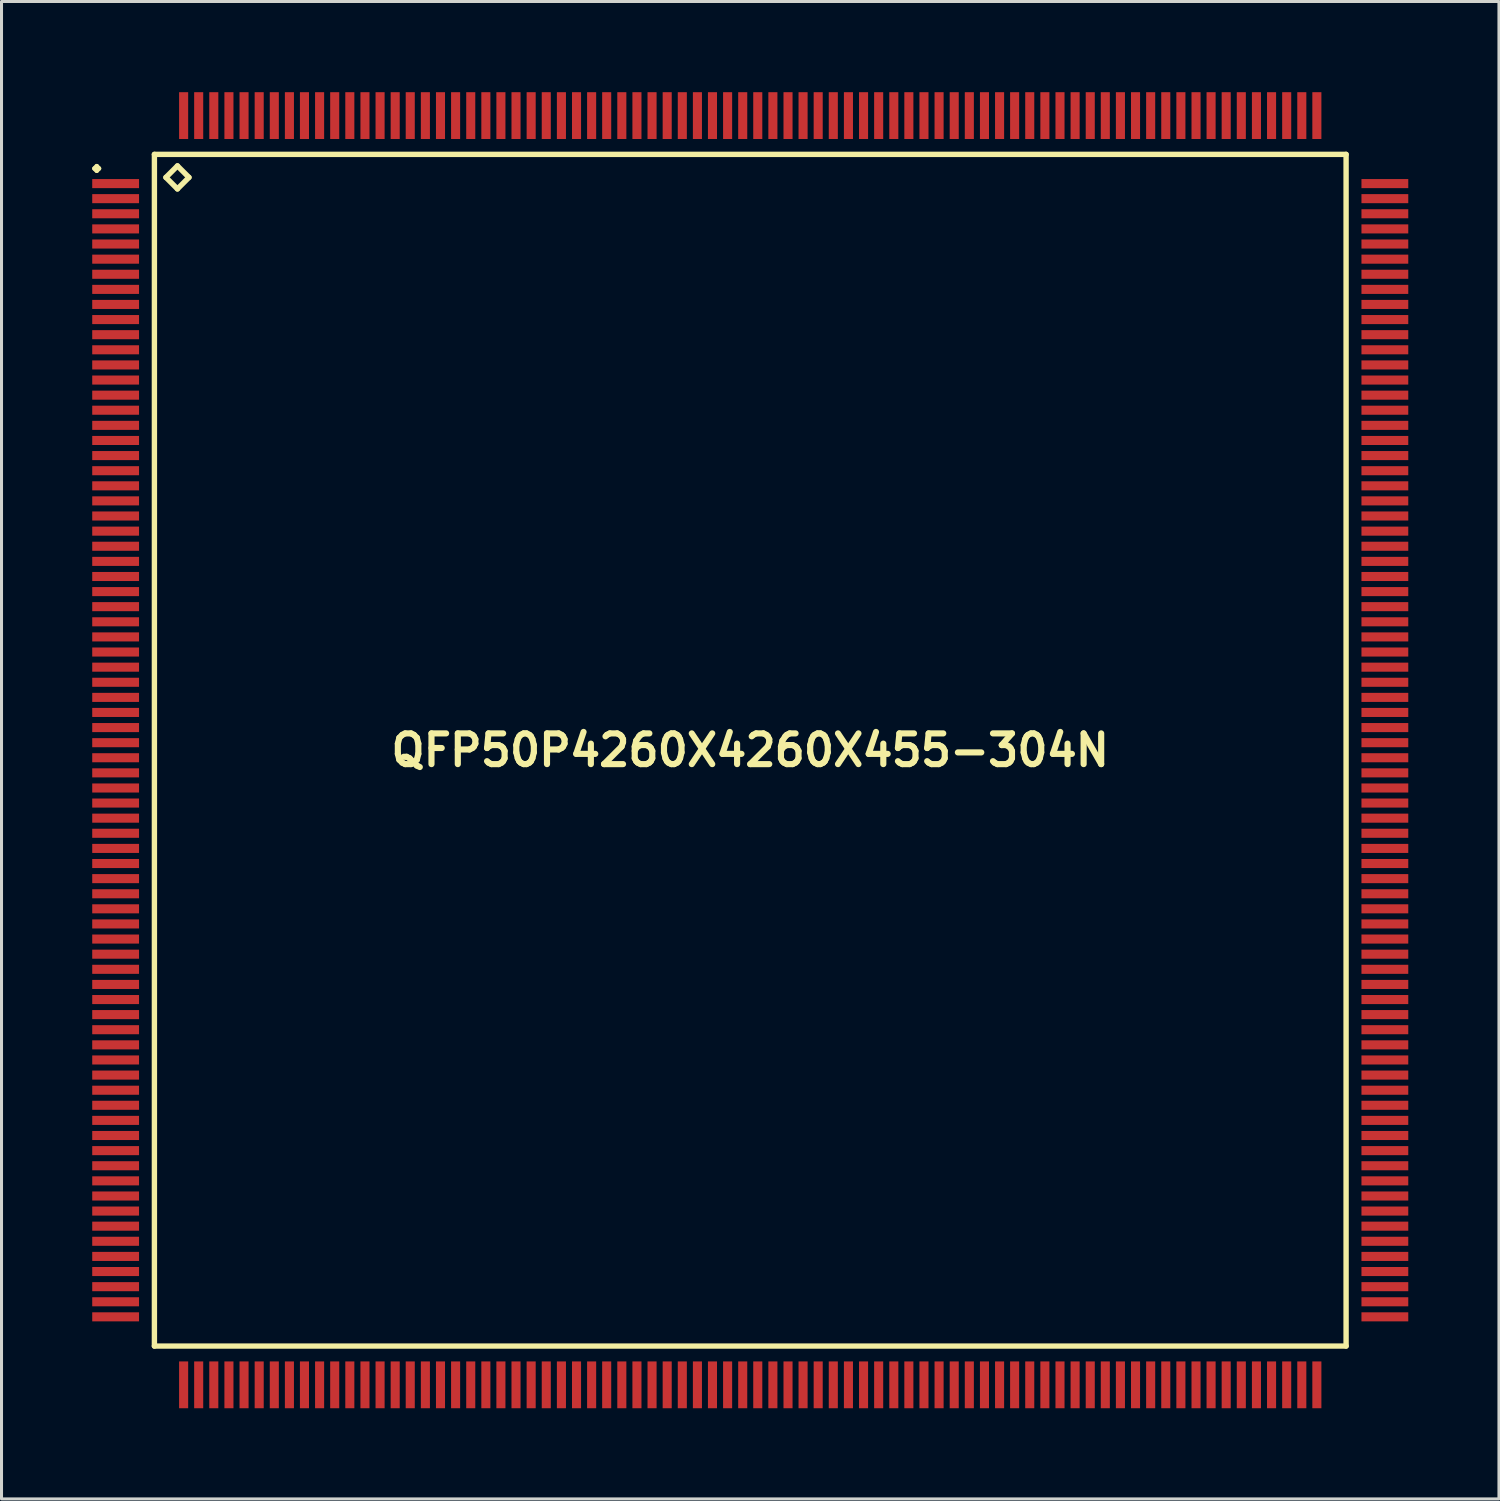
<source format=kicad_pcb>
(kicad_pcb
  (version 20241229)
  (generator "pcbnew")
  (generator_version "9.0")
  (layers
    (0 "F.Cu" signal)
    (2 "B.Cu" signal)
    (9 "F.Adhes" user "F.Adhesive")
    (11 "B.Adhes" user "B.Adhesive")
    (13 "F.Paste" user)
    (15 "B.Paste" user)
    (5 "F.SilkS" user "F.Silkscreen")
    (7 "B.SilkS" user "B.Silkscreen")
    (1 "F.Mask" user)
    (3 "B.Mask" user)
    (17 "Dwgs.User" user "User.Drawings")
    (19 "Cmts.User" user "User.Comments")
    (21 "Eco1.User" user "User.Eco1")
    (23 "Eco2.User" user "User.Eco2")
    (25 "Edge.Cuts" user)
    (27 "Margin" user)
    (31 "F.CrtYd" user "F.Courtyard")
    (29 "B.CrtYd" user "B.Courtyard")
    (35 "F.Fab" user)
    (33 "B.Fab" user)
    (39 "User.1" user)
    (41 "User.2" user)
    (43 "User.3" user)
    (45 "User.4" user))
  (footprint "QFP50P4260X4260X455-304N"
    (layer "F.Cu")
    (at 21.774 21.773)
    (property "Reference" "QFP50P4260X4260X455-304N" (at 0 0 0) (layer "F.SilkS") (effects (font (size 1.016 1.016) (thickness 0.203))))
    (attr smd)
    (fp_line (start -21.699 -19.248) (end -21.623 -19.324) (stroke (width 0.15) (type solid)) (layer "F.SilkS"))
    (fp_line (start -21.623 -19.324) (end -21.549 -19.248) (stroke (width 0.15) (type solid)) (layer "F.SilkS"))
    (fp_line (start -21.623 -19.174) (end -21.699 -19.248) (stroke (width 0.15) (type solid)) (layer "F.SilkS"))
    (fp_line (start -21.549 -19.248) (end -21.623 -19.174) (stroke (width 0.15) (type solid)) (layer "F.SilkS"))
    (fp_line (start -19.715 -19.715) (end -19.715 19.715) (stroke (width 0.178) (type solid)) (layer "F.SilkS"))
    (fp_line (start -19.715 19.715) (end 19.715 19.715) (stroke (width 0.178) (type solid)) (layer "F.SilkS"))
    (fp_line (start -19.334 -18.953) (end -18.953 -19.334) (stroke (width 0.178) (type solid)) (layer "F.SilkS"))
    (fp_line (start -18.953 -19.334) (end -18.572 -18.953) (stroke (width 0.178) (type solid)) (layer "F.SilkS"))
    (fp_line (start -18.953 -18.572) (end -19.334 -18.953) (stroke (width 0.178) (type solid)) (layer "F.SilkS"))
    (fp_line (start -18.572 -18.953) (end -18.953 -18.572) (stroke (width 0.178) (type solid)) (layer "F.SilkS"))
    (fp_line (start 19.715 -19.715) (end -19.715 -19.715) (stroke (width 0.178) (type solid)) (layer "F.SilkS"))
    (fp_line (start 19.715 19.715) (end 19.715 -19.715) (stroke (width 0.178) (type solid)) (layer "F.SilkS"))
    (pad "1" smd rect (at -20.998 -18.748) (size 1.549 0.3) (layers "F.Cu" "F.Mask" "F.Paste"))
    (pad "2" smd rect (at -20.998 -18.25) (size 1.549 0.3) (layers "F.Cu" "F.Mask" "F.Paste"))
    (pad "3" smd rect (at -20.998 -17.75) (size 1.549 0.3) (layers "F.Cu" "F.Mask" "F.Paste"))
    (pad "4" smd rect (at -20.998 -17.249) (size 1.549 0.3) (layers "F.Cu" "F.Mask" "F.Paste"))
    (pad "5" smd rect (at -20.998 -16.749) (size 1.549 0.3) (layers "F.Cu" "F.Mask" "F.Paste"))
    (pad "6" smd rect (at -20.998 -16.248) (size 1.549 0.3) (layers "F.Cu" "F.Mask" "F.Paste"))
    (pad "7" smd rect (at -20.998 -15.748) (size 1.549 0.3) (layers "F.Cu" "F.Mask" "F.Paste"))
    (pad "8" smd rect (at -20.998 -15.248) (size 1.549 0.3) (layers "F.Cu" "F.Mask" "F.Paste"))
    (pad "9" smd rect (at -20.998 -14.75) (size 1.549 0.3) (layers "F.Cu" "F.Mask" "F.Paste"))
    (pad "10" smd rect (at -20.998 -14.249) (size 1.549 0.3) (layers "F.Cu" "F.Mask" "F.Paste"))
    (pad "11" smd rect (at -20.998 -13.749) (size 1.549 0.3) (layers "F.Cu" "F.Mask" "F.Paste"))
    (pad "12" smd rect (at -20.998 -13.249) (size 1.549 0.3) (layers "F.Cu" "F.Mask" "F.Paste"))
    (pad "13" smd rect (at -20.998 -12.748) (size 1.549 0.3) (layers "F.Cu" "F.Mask" "F.Paste"))
    (pad "14" smd rect (at -20.998 -12.248) (size 1.549 0.3) (layers "F.Cu" "F.Mask" "F.Paste"))
    (pad "15" smd rect (at -20.998 -11.748) (size 1.549 0.3) (layers "F.Cu" "F.Mask" "F.Paste"))
    (pad "16" smd rect (at -20.998 -11.25) (size 1.549 0.3) (layers "F.Cu" "F.Mask" "F.Paste"))
    (pad "17" smd rect (at -20.998 -10.749) (size 1.549 0.3) (layers "F.Cu" "F.Mask" "F.Paste"))
    (pad "18" smd rect (at -20.998 -10.249) (size 1.549 0.3) (layers "F.Cu" "F.Mask" "F.Paste"))
    (pad "19" smd rect (at -20.998 -9.749) (size 1.549 0.3) (layers "F.Cu" "F.Mask" "F.Paste"))
    (pad "20" smd rect (at -20.998 -9.248) (size 1.549 0.3) (layers "F.Cu" "F.Mask" "F.Paste"))
    (pad "21" smd rect (at -20.998 -8.748) (size 1.549 0.3) (layers "F.Cu" "F.Mask" "F.Paste"))
    (pad "22" smd rect (at -20.998 -8.25) (size 1.549 0.3) (layers "F.Cu" "F.Mask" "F.Paste"))
    (pad "23" smd rect (at -20.998 -7.75) (size 1.549 0.3) (layers "F.Cu" "F.Mask" "F.Paste"))
    (pad "24" smd rect (at -20.998 -7.249) (size 1.549 0.3) (layers "F.Cu" "F.Mask" "F.Paste"))
    (pad "25" smd rect (at -20.998 -6.749) (size 1.549 0.3) (layers "F.Cu" "F.Mask" "F.Paste"))
    (pad "26" smd rect (at -20.998 -6.248) (size 1.549 0.3) (layers "F.Cu" "F.Mask" "F.Paste"))
    (pad "27" smd rect (at -20.998 -5.748) (size 1.549 0.3) (layers "F.Cu" "F.Mask" "F.Paste"))
    (pad "28" smd rect (at -20.998 -5.248) (size 1.549 0.3) (layers "F.Cu" "F.Mask" "F.Paste"))
    (pad "29" smd rect (at -20.998 -4.75) (size 1.549 0.3) (layers "F.Cu" "F.Mask" "F.Paste"))
    (pad "30" smd rect (at -20.998 -4.249) (size 1.549 0.3) (layers "F.Cu" "F.Mask" "F.Paste"))
    (pad "31" smd rect (at -20.998 -3.749) (size 1.549 0.3) (layers "F.Cu" "F.Mask" "F.Paste"))
    (pad "32" smd rect (at -20.998 -3.249) (size 1.549 0.3) (layers "F.Cu" "F.Mask" "F.Paste"))
    (pad "33" smd rect (at -20.998 -2.748) (size 1.549 0.3) (layers "F.Cu" "F.Mask" "F.Paste"))
    (pad "34" smd rect (at -20.998 -2.248) (size 1.549 0.3) (layers "F.Cu" "F.Mask" "F.Paste"))
    (pad "35" smd rect (at -20.998 -1.748) (size 1.549 0.3) (layers "F.Cu" "F.Mask" "F.Paste"))
    (pad "36" smd rect (at -20.998 -1.25) (size 1.549 0.3) (layers "F.Cu" "F.Mask" "F.Paste"))
    (pad "37" smd rect (at -20.998 -0.749) (size 1.549 0.3) (layers "F.Cu" "F.Mask" "F.Paste"))
    (pad "38" smd rect (at -20.998 -0.249) (size 1.549 0.3) (layers "F.Cu" "F.Mask" "F.Paste"))
    (pad "39" smd rect (at -20.998 0.249) (size 1.549 0.3) (layers "F.Cu" "F.Mask" "F.Paste"))
    (pad "40" smd rect (at -20.998 0.749) (size 1.549 0.3) (layers "F.Cu" "F.Mask" "F.Paste"))
    (pad "41" smd rect (at -20.998 1.25) (size 1.549 0.3) (layers "F.Cu" "F.Mask" "F.Paste"))
    (pad "42" smd rect (at -20.998 1.748) (size 1.549 0.3) (layers "F.Cu" "F.Mask" "F.Paste"))
    (pad "43" smd rect (at -20.998 2.248) (size 1.549 0.3) (layers "F.Cu" "F.Mask" "F.Paste"))
    (pad "44" smd rect (at -20.998 2.748) (size 1.549 0.3) (layers "F.Cu" "F.Mask" "F.Paste"))
    (pad "45" smd rect (at -20.998 3.249) (size 1.549 0.3) (layers "F.Cu" "F.Mask" "F.Paste"))
    (pad "46" smd rect (at -20.998 3.749) (size 1.549 0.3) (layers "F.Cu" "F.Mask" "F.Paste"))
    (pad "47" smd rect (at -20.998 4.249) (size 1.549 0.3) (layers "F.Cu" "F.Mask" "F.Paste"))
    (pad "48" smd rect (at -20.998 4.75) (size 1.549 0.3) (layers "F.Cu" "F.Mask" "F.Paste"))
    (pad "49" smd rect (at -20.998 5.248) (size 1.549 0.3) (layers "F.Cu" "F.Mask" "F.Paste"))
    (pad "50" smd rect (at -20.998 5.748) (size 1.549 0.3) (layers "F.Cu" "F.Mask" "F.Paste"))
    (pad "51" smd rect (at -20.998 6.248) (size 1.549 0.3) (layers "F.Cu" "F.Mask" "F.Paste"))
    (pad "52" smd rect (at -20.998 6.749) (size 1.549 0.3) (layers "F.Cu" "F.Mask" "F.Paste"))
    (pad "53" smd rect (at -20.998 7.249) (size 1.549 0.3) (layers "F.Cu" "F.Mask" "F.Paste"))
    (pad "54" smd rect (at -20.998 7.75) (size 1.549 0.3) (layers "F.Cu" "F.Mask" "F.Paste"))
    (pad "55" smd rect (at -20.998 8.25) (size 1.549 0.3) (layers "F.Cu" "F.Mask" "F.Paste"))
    (pad "56" smd rect (at -20.998 8.748) (size 1.549 0.3) (layers "F.Cu" "F.Mask" "F.Paste"))
    (pad "57" smd rect (at -20.998 9.248) (size 1.549 0.3) (layers "F.Cu" "F.Mask" "F.Paste"))
    (pad "58" smd rect (at -20.998 9.749) (size 1.549 0.3) (layers "F.Cu" "F.Mask" "F.Paste"))
    (pad "59" smd rect (at -20.998 10.249) (size 1.549 0.3) (layers "F.Cu" "F.Mask" "F.Paste"))
    (pad "60" smd rect (at -20.998 10.749) (size 1.549 0.3) (layers "F.Cu" "F.Mask" "F.Paste"))
    (pad "61" smd rect (at -20.998 11.25) (size 1.549 0.3) (layers "F.Cu" "F.Mask" "F.Paste"))
    (pad "62" smd rect (at -20.998 11.748) (size 1.549 0.3) (layers "F.Cu" "F.Mask" "F.Paste"))
    (pad "63" smd rect (at -20.998 12.248) (size 1.549 0.3) (layers "F.Cu" "F.Mask" "F.Paste"))
    (pad "64" smd rect (at -20.998 12.748) (size 1.549 0.3) (layers "F.Cu" "F.Mask" "F.Paste"))
    (pad "65" smd rect (at -20.998 13.249) (size 1.549 0.3) (layers "F.Cu" "F.Mask" "F.Paste"))
    (pad "66" smd rect (at -20.998 13.749) (size 1.549 0.3) (layers "F.Cu" "F.Mask" "F.Paste"))
    (pad "67" smd rect (at -20.998 14.249) (size 1.549 0.3) (layers "F.Cu" "F.Mask" "F.Paste"))
    (pad "68" smd rect (at -20.998 14.75) (size 1.549 0.3) (layers "F.Cu" "F.Mask" "F.Paste"))
    (pad "69" smd rect (at -20.998 15.248) (size 1.549 0.3) (layers "F.Cu" "F.Mask" "F.Paste"))
    (pad "70" smd rect (at -20.998 15.748) (size 1.549 0.3) (layers "F.Cu" "F.Mask" "F.Paste"))
    (pad "71" smd rect (at -20.998 16.248) (size 1.549 0.3) (layers "F.Cu" "F.Mask" "F.Paste"))
    (pad "72" smd rect (at -20.998 16.749) (size 1.549 0.3) (layers "F.Cu" "F.Mask" "F.Paste"))
    (pad "73" smd rect (at -20.998 17.249) (size 1.549 0.3) (layers "F.Cu" "F.Mask" "F.Paste"))
    (pad "74" smd rect (at -20.998 17.75) (size 1.549 0.3) (layers "F.Cu" "F.Mask" "F.Paste"))
    (pad "75" smd rect (at -20.998 18.25) (size 1.549 0.3) (layers "F.Cu" "F.Mask" "F.Paste"))
    (pad "76" smd rect (at -20.998 18.748) (size 1.549 0.3) (layers "F.Cu" "F.Mask" "F.Paste"))
    (pad "77" smd rect (at -18.748 20.998) (size 0.3 1.549) (layers "F.Cu" "F.Mask" "F.Paste"))
    (pad "78" smd rect (at -18.25 20.998) (size 0.3 1.549) (layers "F.Cu" "F.Mask" "F.Paste"))
    (pad "79" smd rect (at -17.75 20.998) (size 0.3 1.549) (layers "F.Cu" "F.Mask" "F.Paste"))
    (pad "80" smd rect (at -17.249 20.998) (size 0.3 1.549) (layers "F.Cu" "F.Mask" "F.Paste"))
    (pad "81" smd rect (at -16.749 20.998) (size 0.3 1.549) (layers "F.Cu" "F.Mask" "F.Paste"))
    (pad "82" smd rect (at -16.248 20.998) (size 0.3 1.549) (layers "F.Cu" "F.Mask" "F.Paste"))
    (pad "83" smd rect (at -15.748 20.998) (size 0.3 1.549) (layers "F.Cu" "F.Mask" "F.Paste"))
    (pad "84" smd rect (at -15.248 20.998) (size 0.3 1.549) (layers "F.Cu" "F.Mask" "F.Paste"))
    (pad "85" smd rect (at -14.75 20.998) (size 0.3 1.549) (layers "F.Cu" "F.Mask" "F.Paste"))
    (pad "86" smd rect (at -14.249 20.998) (size 0.3 1.549) (layers "F.Cu" "F.Mask" "F.Paste"))
    (pad "87" smd rect (at -13.749 20.998) (size 0.3 1.549) (layers "F.Cu" "F.Mask" "F.Paste"))
    (pad "88" smd rect (at -13.249 20.998) (size 0.3 1.549) (layers "F.Cu" "F.Mask" "F.Paste"))
    (pad "89" smd rect (at -12.748 20.998) (size 0.3 1.549) (layers "F.Cu" "F.Mask" "F.Paste"))
    (pad "90" smd rect (at -12.248 20.998) (size 0.3 1.549) (layers "F.Cu" "F.Mask" "F.Paste"))
    (pad "91" smd rect (at -11.748 20.998) (size 0.3 1.549) (layers "F.Cu" "F.Mask" "F.Paste"))
    (pad "92" smd rect (at -11.25 20.998) (size 0.3 1.549) (layers "F.Cu" "F.Mask" "F.Paste"))
    (pad "93" smd rect (at -10.749 20.998) (size 0.3 1.549) (layers "F.Cu" "F.Mask" "F.Paste"))
    (pad "94" smd rect (at -10.249 20.998) (size 0.3 1.549) (layers "F.Cu" "F.Mask" "F.Paste"))
    (pad "95" smd rect (at -9.749 20.998) (size 0.3 1.549) (layers "F.Cu" "F.Mask" "F.Paste"))
    (pad "96" smd rect (at -9.248 20.998) (size 0.3 1.549) (layers "F.Cu" "F.Mask" "F.Paste"))
    (pad "97" smd rect (at -8.748 20.998) (size 0.3 1.549) (layers "F.Cu" "F.Mask" "F.Paste"))
    (pad "98" smd rect (at -8.25 20.998) (size 0.3 1.549) (layers "F.Cu" "F.Mask" "F.Paste"))
    (pad "99" smd rect (at -7.75 20.998) (size 0.3 1.549) (layers "F.Cu" "F.Mask" "F.Paste"))
    (pad "100" smd rect (at -7.249 20.998) (size 0.3 1.549) (layers "F.Cu" "F.Mask" "F.Paste"))
    (pad "101" smd rect (at -6.749 20.998) (size 0.3 1.549) (layers "F.Cu" "F.Mask" "F.Paste"))
    (pad "102" smd rect (at -6.248 20.998) (size 0.3 1.549) (layers "F.Cu" "F.Mask" "F.Paste"))
    (pad "103" smd rect (at -5.748 20.998) (size 0.3 1.549) (layers "F.Cu" "F.Mask" "F.Paste"))
    (pad "104" smd rect (at -5.248 20.998) (size 0.3 1.549) (layers "F.Cu" "F.Mask" "F.Paste"))
    (pad "105" smd rect (at -4.75 20.998) (size 0.3 1.549) (layers "F.Cu" "F.Mask" "F.Paste"))
    (pad "106" smd rect (at -4.249 20.998) (size 0.3 1.549) (layers "F.Cu" "F.Mask" "F.Paste"))
    (pad "107" smd rect (at -3.749 20.998) (size 0.3 1.549) (layers "F.Cu" "F.Mask" "F.Paste"))
    (pad "108" smd rect (at -3.249 20.998) (size 0.3 1.549) (layers "F.Cu" "F.Mask" "F.Paste"))
    (pad "109" smd rect (at -2.748 20.998) (size 0.3 1.549) (layers "F.Cu" "F.Mask" "F.Paste"))
    (pad "110" smd rect (at -2.248 20.998) (size 0.3 1.549) (layers "F.Cu" "F.Mask" "F.Paste"))
    (pad "111" smd rect (at -1.748 20.998) (size 0.3 1.549) (layers "F.Cu" "F.Mask" "F.Paste"))
    (pad "112" smd rect (at -1.25 20.998) (size 0.3 1.549) (layers "F.Cu" "F.Mask" "F.Paste"))
    (pad "113" smd rect (at -0.749 20.998) (size 0.3 1.549) (layers "F.Cu" "F.Mask" "F.Paste"))
    (pad "114" smd rect (at -0.249 20.998) (size 0.3 1.549) (layers "F.Cu" "F.Mask" "F.Paste"))
    (pad "115" smd rect (at 0.249 20.998) (size 0.3 1.549) (layers "F.Cu" "F.Mask" "F.Paste"))
    (pad "116" smd rect (at 0.749 20.998) (size 0.3 1.549) (layers "F.Cu" "F.Mask" "F.Paste"))
    (pad "117" smd rect (at 1.25 20.998) (size 0.3 1.549) (layers "F.Cu" "F.Mask" "F.Paste"))
    (pad "118" smd rect (at 1.748 20.998) (size 0.3 1.549) (layers "F.Cu" "F.Mask" "F.Paste"))
    (pad "119" smd rect (at 2.248 20.998) (size 0.3 1.549) (layers "F.Cu" "F.Mask" "F.Paste"))
    (pad "120" smd rect (at 2.748 20.998) (size 0.3 1.549) (layers "F.Cu" "F.Mask" "F.Paste"))
    (pad "121" smd rect (at 3.249 20.998) (size 0.3 1.549) (layers "F.Cu" "F.Mask" "F.Paste"))
    (pad "122" smd rect (at 3.749 20.998) (size 0.3 1.549) (layers "F.Cu" "F.Mask" "F.Paste"))
    (pad "123" smd rect (at 4.249 20.998) (size 0.3 1.549) (layers "F.Cu" "F.Mask" "F.Paste"))
    (pad "124" smd rect (at 4.75 20.998) (size 0.3 1.549) (layers "F.Cu" "F.Mask" "F.Paste"))
    (pad "125" smd rect (at 5.248 20.998) (size 0.3 1.549) (layers "F.Cu" "F.Mask" "F.Paste"))
    (pad "126" smd rect (at 5.748 20.998) (size 0.3 1.549) (layers "F.Cu" "F.Mask" "F.Paste"))
    (pad "127" smd rect (at 6.248 20.998) (size 0.3 1.549) (layers "F.Cu" "F.Mask" "F.Paste"))
    (pad "128" smd rect (at 6.749 20.998) (size 0.3 1.549) (layers "F.Cu" "F.Mask" "F.Paste"))
    (pad "129" smd rect (at 7.249 20.998) (size 0.3 1.549) (layers "F.Cu" "F.Mask" "F.Paste"))
    (pad "130" smd rect (at 7.75 20.998) (size 0.3 1.549) (layers "F.Cu" "F.Mask" "F.Paste"))
    (pad "131" smd rect (at 8.25 20.998) (size 0.3 1.549) (layers "F.Cu" "F.Mask" "F.Paste"))
    (pad "132" smd rect (at 8.748 20.998) (size 0.3 1.549) (layers "F.Cu" "F.Mask" "F.Paste"))
    (pad "133" smd rect (at 9.248 20.998) (size 0.3 1.549) (layers "F.Cu" "F.Mask" "F.Paste"))
    (pad "134" smd rect (at 9.749 20.998) (size 0.3 1.549) (layers "F.Cu" "F.Mask" "F.Paste"))
    (pad "135" smd rect (at 10.249 20.998) (size 0.3 1.549) (layers "F.Cu" "F.Mask" "F.Paste"))
    (pad "136" smd rect (at 10.749 20.998) (size 0.3 1.549) (layers "F.Cu" "F.Mask" "F.Paste"))
    (pad "137" smd rect (at 11.25 20.998) (size 0.3 1.549) (layers "F.Cu" "F.Mask" "F.Paste"))
    (pad "138" smd rect (at 11.748 20.998) (size 0.3 1.549) (layers "F.Cu" "F.Mask" "F.Paste"))
    (pad "139" smd rect (at 12.248 20.998) (size 0.3 1.549) (layers "F.Cu" "F.Mask" "F.Paste"))
    (pad "140" smd rect (at 12.748 20.998) (size 0.3 1.549) (layers "F.Cu" "F.Mask" "F.Paste"))
    (pad "141" smd rect (at 13.249 20.998) (size 0.3 1.549) (layers "F.Cu" "F.Mask" "F.Paste"))
    (pad "142" smd rect (at 13.749 20.998) (size 0.3 1.549) (layers "F.Cu" "F.Mask" "F.Paste"))
    (pad "143" smd rect (at 14.249 20.998) (size 0.3 1.549) (layers "F.Cu" "F.Mask" "F.Paste"))
    (pad "144" smd rect (at 14.75 20.998) (size 0.3 1.549) (layers "F.Cu" "F.Mask" "F.Paste"))
    (pad "145" smd rect (at 15.248 20.998) (size 0.3 1.549) (layers "F.Cu" "F.Mask" "F.Paste"))
    (pad "146" smd rect (at 15.748 20.998) (size 0.3 1.549) (layers "F.Cu" "F.Mask" "F.Paste"))
    (pad "147" smd rect (at 16.248 20.998) (size 0.3 1.549) (layers "F.Cu" "F.Mask" "F.Paste"))
    (pad "148" smd rect (at 16.749 20.998) (size 0.3 1.549) (layers "F.Cu" "F.Mask" "F.Paste"))
    (pad "149" smd rect (at 17.249 20.998) (size 0.3 1.549) (layers "F.Cu" "F.Mask" "F.Paste"))
    (pad "150" smd rect (at 17.75 20.998) (size 0.3 1.549) (layers "F.Cu" "F.Mask" "F.Paste"))
    (pad "151" smd rect (at 18.25 20.998) (size 0.3 1.549) (layers "F.Cu" "F.Mask" "F.Paste"))
    (pad "152" smd rect (at 18.748 20.998) (size 0.3 1.549) (layers "F.Cu" "F.Mask" "F.Paste"))
    (pad "153" smd rect (at 20.998 18.748) (size 1.549 0.3) (layers "F.Cu" "F.Mask" "F.Paste"))
    (pad "154" smd rect (at 20.998 18.25) (size 1.549 0.3) (layers "F.Cu" "F.Mask" "F.Paste"))
    (pad "155" smd rect (at 20.998 17.75) (size 1.549 0.3) (layers "F.Cu" "F.Mask" "F.Paste"))
    (pad "156" smd rect (at 20.998 17.249) (size 1.549 0.3) (layers "F.Cu" "F.Mask" "F.Paste"))
    (pad "157" smd rect (at 20.998 16.749) (size 1.549 0.3) (layers "F.Cu" "F.Mask" "F.Paste"))
    (pad "158" smd rect (at 20.998 16.248) (size 1.549 0.3) (layers "F.Cu" "F.Mask" "F.Paste"))
    (pad "159" smd rect (at 20.998 15.748) (size 1.549 0.3) (layers "F.Cu" "F.Mask" "F.Paste"))
    (pad "160" smd rect (at 20.998 15.248) (size 1.549 0.3) (layers "F.Cu" "F.Mask" "F.Paste"))
    (pad "161" smd rect (at 20.998 14.75) (size 1.549 0.3) (layers "F.Cu" "F.Mask" "F.Paste"))
    (pad "162" smd rect (at 20.998 14.249) (size 1.549 0.3) (layers "F.Cu" "F.Mask" "F.Paste"))
    (pad "163" smd rect (at 20.998 13.749) (size 1.549 0.3) (layers "F.Cu" "F.Mask" "F.Paste"))
    (pad "164" smd rect (at 20.998 13.249) (size 1.549 0.3) (layers "F.Cu" "F.Mask" "F.Paste"))
    (pad "165" smd rect (at 20.998 12.748) (size 1.549 0.3) (layers "F.Cu" "F.Mask" "F.Paste"))
    (pad "166" smd rect (at 20.998 12.248) (size 1.549 0.3) (layers "F.Cu" "F.Mask" "F.Paste"))
    (pad "167" smd rect (at 20.998 11.748) (size 1.549 0.3) (layers "F.Cu" "F.Mask" "F.Paste"))
    (pad "168" smd rect (at 20.998 11.25) (size 1.549 0.3) (layers "F.Cu" "F.Mask" "F.Paste"))
    (pad "169" smd rect (at 20.998 10.749) (size 1.549 0.3) (layers "F.Cu" "F.Mask" "F.Paste"))
    (pad "170" smd rect (at 20.998 10.249) (size 1.549 0.3) (layers "F.Cu" "F.Mask" "F.Paste"))
    (pad "171" smd rect (at 20.998 9.749) (size 1.549 0.3) (layers "F.Cu" "F.Mask" "F.Paste"))
    (pad "172" smd rect (at 20.998 9.248) (size 1.549 0.3) (layers "F.Cu" "F.Mask" "F.Paste"))
    (pad "173" smd rect (at 20.998 8.748) (size 1.549 0.3) (layers "F.Cu" "F.Mask" "F.Paste"))
    (pad "174" smd rect (at 20.998 8.25) (size 1.549 0.3) (layers "F.Cu" "F.Mask" "F.Paste"))
    (pad "175" smd rect (at 20.998 7.75) (size 1.549 0.3) (layers "F.Cu" "F.Mask" "F.Paste"))
    (pad "176" smd rect (at 20.998 7.249) (size 1.549 0.3) (layers "F.Cu" "F.Mask" "F.Paste"))
    (pad "177" smd rect (at 20.998 6.749) (size 1.549 0.3) (layers "F.Cu" "F.Mask" "F.Paste"))
    (pad "178" smd rect (at 20.998 6.248) (size 1.549 0.3) (layers "F.Cu" "F.Mask" "F.Paste"))
    (pad "179" smd rect (at 20.998 5.748) (size 1.549 0.3) (layers "F.Cu" "F.Mask" "F.Paste"))
    (pad "180" smd rect (at 20.998 5.248) (size 1.549 0.3) (layers "F.Cu" "F.Mask" "F.Paste"))
    (pad "181" smd rect (at 20.998 4.75) (size 1.549 0.3) (layers "F.Cu" "F.Mask" "F.Paste"))
    (pad "182" smd rect (at 20.998 4.249) (size 1.549 0.3) (layers "F.Cu" "F.Mask" "F.Paste"))
    (pad "183" smd rect (at 20.998 3.749) (size 1.549 0.3) (layers "F.Cu" "F.Mask" "F.Paste"))
    (pad "184" smd rect (at 20.998 3.249) (size 1.549 0.3) (layers "F.Cu" "F.Mask" "F.Paste"))
    (pad "185" smd rect (at 20.998 2.748) (size 1.549 0.3) (layers "F.Cu" "F.Mask" "F.Paste"))
    (pad "186" smd rect (at 20.998 2.248) (size 1.549 0.3) (layers "F.Cu" "F.Mask" "F.Paste"))
    (pad "187" smd rect (at 20.998 1.748) (size 1.549 0.3) (layers "F.Cu" "F.Mask" "F.Paste"))
    (pad "188" smd rect (at 20.998 1.25) (size 1.549 0.3) (layers "F.Cu" "F.Mask" "F.Paste"))
    (pad "189" smd rect (at 20.998 0.749) (size 1.549 0.3) (layers "F.Cu" "F.Mask" "F.Paste"))
    (pad "190" smd rect (at 20.998 0.249) (size 1.549 0.3) (layers "F.Cu" "F.Mask" "F.Paste"))
    (pad "191" smd rect (at 20.998 -0.249) (size 1.549 0.3) (layers "F.Cu" "F.Mask" "F.Paste"))
    (pad "192" smd rect (at 20.998 -0.749) (size 1.549 0.3) (layers "F.Cu" "F.Mask" "F.Paste"))
    (pad "193" smd rect (at 20.998 -1.25) (size 1.549 0.3) (layers "F.Cu" "F.Mask" "F.Paste"))
    (pad "194" smd rect (at 20.998 -1.748) (size 1.549 0.3) (layers "F.Cu" "F.Mask" "F.Paste"))
    (pad "195" smd rect (at 20.998 -2.248) (size 1.549 0.3) (layers "F.Cu" "F.Mask" "F.Paste"))
    (pad "196" smd rect (at 20.998 -2.748) (size 1.549 0.3) (layers "F.Cu" "F.Mask" "F.Paste"))
    (pad "197" smd rect (at 20.998 -3.249) (size 1.549 0.3) (layers "F.Cu" "F.Mask" "F.Paste"))
    (pad "198" smd rect (at 20.998 -3.749) (size 1.549 0.3) (layers "F.Cu" "F.Mask" "F.Paste"))
    (pad "199" smd rect (at 20.998 -4.249) (size 1.549 0.3) (layers "F.Cu" "F.Mask" "F.Paste"))
    (pad "200" smd rect (at 20.998 -4.75) (size 1.549 0.3) (layers "F.Cu" "F.Mask" "F.Paste"))
    (pad "201" smd rect (at 20.998 -5.248) (size 1.549 0.3) (layers "F.Cu" "F.Mask" "F.Paste"))
    (pad "202" smd rect (at 20.998 -5.748) (size 1.549 0.3) (layers "F.Cu" "F.Mask" "F.Paste"))
    (pad "203" smd rect (at 20.998 -6.248) (size 1.549 0.3) (layers "F.Cu" "F.Mask" "F.Paste"))
    (pad "204" smd rect (at 20.998 -6.749) (size 1.549 0.3) (layers "F.Cu" "F.Mask" "F.Paste"))
    (pad "205" smd rect (at 20.998 -7.249) (size 1.549 0.3) (layers "F.Cu" "F.Mask" "F.Paste"))
    (pad "206" smd rect (at 20.998 -7.75) (size 1.549 0.3) (layers "F.Cu" "F.Mask" "F.Paste"))
    (pad "207" smd rect (at 20.998 -8.25) (size 1.549 0.3) (layers "F.Cu" "F.Mask" "F.Paste"))
    (pad "208" smd rect (at 20.998 -8.748) (size 1.549 0.3) (layers "F.Cu" "F.Mask" "F.Paste"))
    (pad "209" smd rect (at 20.998 -9.248) (size 1.549 0.3) (layers "F.Cu" "F.Mask" "F.Paste"))
    (pad "210" smd rect (at 20.998 -9.749) (size 1.549 0.3) (layers "F.Cu" "F.Mask" "F.Paste"))
    (pad "211" smd rect (at 20.998 -10.249) (size 1.549 0.3) (layers "F.Cu" "F.Mask" "F.Paste"))
    (pad "212" smd rect (at 20.998 -10.749) (size 1.549 0.3) (layers "F.Cu" "F.Mask" "F.Paste"))
    (pad "213" smd rect (at 20.998 -11.25) (size 1.549 0.3) (layers "F.Cu" "F.Mask" "F.Paste"))
    (pad "214" smd rect (at 20.998 -11.748) (size 1.549 0.3) (layers "F.Cu" "F.Mask" "F.Paste"))
    (pad "215" smd rect (at 20.998 -12.248) (size 1.549 0.3) (layers "F.Cu" "F.Mask" "F.Paste"))
    (pad "216" smd rect (at 20.998 -12.748) (size 1.549 0.3) (layers "F.Cu" "F.Mask" "F.Paste"))
    (pad "217" smd rect (at 20.998 -13.249) (size 1.549 0.3) (layers "F.Cu" "F.Mask" "F.Paste"))
    (pad "218" smd rect (at 20.998 -13.749) (size 1.549 0.3) (layers "F.Cu" "F.Mask" "F.Paste"))
    (pad "219" smd rect (at 20.998 -14.249) (size 1.549 0.3) (layers "F.Cu" "F.Mask" "F.Paste"))
    (pad "220" smd rect (at 20.998 -14.75) (size 1.549 0.3) (layers "F.Cu" "F.Mask" "F.Paste"))
    (pad "221" smd rect (at 20.998 -15.248) (size 1.549 0.3) (layers "F.Cu" "F.Mask" "F.Paste"))
    (pad "222" smd rect (at 20.998 -15.748) (size 1.549 0.3) (layers "F.Cu" "F.Mask" "F.Paste"))
    (pad "223" smd rect (at 20.998 -16.248) (size 1.549 0.3) (layers "F.Cu" "F.Mask" "F.Paste"))
    (pad "224" smd rect (at 20.998 -16.749) (size 1.549 0.3) (layers "F.Cu" "F.Mask" "F.Paste"))
    (pad "225" smd rect (at 20.998 -17.249) (size 1.549 0.3) (layers "F.Cu" "F.Mask" "F.Paste"))
    (pad "226" smd rect (at 20.998 -17.75) (size 1.549 0.3) (layers "F.Cu" "F.Mask" "F.Paste"))
    (pad "227" smd rect (at 20.998 -18.25) (size 1.549 0.3) (layers "F.Cu" "F.Mask" "F.Paste"))
    (pad "228" smd rect (at 20.998 -18.748) (size 1.549 0.3) (layers "F.Cu" "F.Mask" "F.Paste"))
    (pad "229" smd rect (at 18.748 -20.998) (size 0.3 1.549) (layers "F.Cu" "F.Mask" "F.Paste"))
    (pad "230" smd rect (at 18.25 -20.998) (size 0.3 1.549) (layers "F.Cu" "F.Mask" "F.Paste"))
    (pad "231" smd rect (at 17.75 -20.998) (size 0.3 1.549) (layers "F.Cu" "F.Mask" "F.Paste"))
    (pad "232" smd rect (at 17.249 -20.998) (size 0.3 1.549) (layers "F.Cu" "F.Mask" "F.Paste"))
    (pad "233" smd rect (at 16.749 -20.998) (size 0.3 1.549) (layers "F.Cu" "F.Mask" "F.Paste"))
    (pad "234" smd rect (at 16.248 -20.998) (size 0.3 1.549) (layers "F.Cu" "F.Mask" "F.Paste"))
    (pad "235" smd rect (at 15.748 -20.998) (size 0.3 1.549) (layers "F.Cu" "F.Mask" "F.Paste"))
    (pad "236" smd rect (at 15.248 -20.998) (size 0.3 1.549) (layers "F.Cu" "F.Mask" "F.Paste"))
    (pad "237" smd rect (at 14.75 -20.998) (size 0.3 1.549) (layers "F.Cu" "F.Mask" "F.Paste"))
    (pad "238" smd rect (at 14.249 -20.998) (size 0.3 1.549) (layers "F.Cu" "F.Mask" "F.Paste"))
    (pad "239" smd rect (at 13.749 -20.998) (size 0.3 1.549) (layers "F.Cu" "F.Mask" "F.Paste"))
    (pad "240" smd rect (at 13.249 -20.998) (size 0.3 1.549) (layers "F.Cu" "F.Mask" "F.Paste"))
    (pad "241" smd rect (at 12.748 -20.998) (size 0.3 1.549) (layers "F.Cu" "F.Mask" "F.Paste"))
    (pad "242" smd rect (at 12.248 -20.998) (size 0.3 1.549) (layers "F.Cu" "F.Mask" "F.Paste"))
    (pad "243" smd rect (at 11.748 -20.998) (size 0.3 1.549) (layers "F.Cu" "F.Mask" "F.Paste"))
    (pad "244" smd rect (at 11.25 -20.998) (size 0.3 1.549) (layers "F.Cu" "F.Mask" "F.Paste"))
    (pad "245" smd rect (at 10.749 -20.998) (size 0.3 1.549) (layers "F.Cu" "F.Mask" "F.Paste"))
    (pad "246" smd rect (at 10.249 -20.998) (size 0.3 1.549) (layers "F.Cu" "F.Mask" "F.Paste"))
    (pad "247" smd rect (at 9.749 -20.998) (size 0.3 1.549) (layers "F.Cu" "F.Mask" "F.Paste"))
    (pad "248" smd rect (at 9.248 -20.998) (size 0.3 1.549) (layers "F.Cu" "F.Mask" "F.Paste"))
    (pad "249" smd rect (at 8.748 -20.998) (size 0.3 1.549) (layers "F.Cu" "F.Mask" "F.Paste"))
    (pad "250" smd rect (at 8.25 -20.998) (size 0.3 1.549) (layers "F.Cu" "F.Mask" "F.Paste"))
    (pad "251" smd rect (at 7.75 -20.998) (size 0.3 1.549) (layers "F.Cu" "F.Mask" "F.Paste"))
    (pad "252" smd rect (at 7.249 -20.998) (size 0.3 1.549) (layers "F.Cu" "F.Mask" "F.Paste"))
    (pad "253" smd rect (at 6.749 -20.998) (size 0.3 1.549) (layers "F.Cu" "F.Mask" "F.Paste"))
    (pad "254" smd rect (at 6.248 -20.998) (size 0.3 1.549) (layers "F.Cu" "F.Mask" "F.Paste"))
    (pad "255" smd rect (at 5.748 -20.998) (size 0.3 1.549) (layers "F.Cu" "F.Mask" "F.Paste"))
    (pad "256" smd rect (at 5.248 -20.998) (size 0.3 1.549) (layers "F.Cu" "F.Mask" "F.Paste"))
    (pad "257" smd rect (at 4.75 -20.998) (size 0.3 1.549) (layers "F.Cu" "F.Mask" "F.Paste"))
    (pad "258" smd rect (at 4.249 -20.998) (size 0.3 1.549) (layers "F.Cu" "F.Mask" "F.Paste"))
    (pad "259" smd rect (at 3.749 -20.998) (size 0.3 1.549) (layers "F.Cu" "F.Mask" "F.Paste"))
    (pad "260" smd rect (at 3.249 -20.998) (size 0.3 1.549) (layers "F.Cu" "F.Mask" "F.Paste"))
    (pad "261" smd rect (at 2.748 -20.998) (size 0.3 1.549) (layers "F.Cu" "F.Mask" "F.Paste"))
    (pad "262" smd rect (at 2.248 -20.998) (size 0.3 1.549) (layers "F.Cu" "F.Mask" "F.Paste"))
    (pad "263" smd rect (at 1.748 -20.998) (size 0.3 1.549) (layers "F.Cu" "F.Mask" "F.Paste"))
    (pad "264" smd rect (at 1.25 -20.998) (size 0.3 1.549) (layers "F.Cu" "F.Mask" "F.Paste"))
    (pad "265" smd rect (at 0.749 -20.998) (size 0.3 1.549) (layers "F.Cu" "F.Mask" "F.Paste"))
    (pad "266" smd rect (at 0.249 -20.998) (size 0.3 1.549) (layers "F.Cu" "F.Mask" "F.Paste"))
    (pad "267" smd rect (at -0.249 -20.998) (size 0.3 1.549) (layers "F.Cu" "F.Mask" "F.Paste"))
    (pad "268" smd rect (at -0.749 -20.998) (size 0.3 1.549) (layers "F.Cu" "F.Mask" "F.Paste"))
    (pad "269" smd rect (at -1.25 -20.998) (size 0.3 1.549) (layers "F.Cu" "F.Mask" "F.Paste"))
    (pad "270" smd rect (at -1.748 -20.998) (size 0.3 1.549) (layers "F.Cu" "F.Mask" "F.Paste"))
    (pad "271" smd rect (at -2.248 -20.998) (size 0.3 1.549) (layers "F.Cu" "F.Mask" "F.Paste"))
    (pad "272" smd rect (at -2.748 -20.998) (size 0.3 1.549) (layers "F.Cu" "F.Mask" "F.Paste"))
    (pad "273" smd rect (at -3.249 -20.998) (size 0.3 1.549) (layers "F.Cu" "F.Mask" "F.Paste"))
    (pad "274" smd rect (at -3.749 -20.998) (size 0.3 1.549) (layers "F.Cu" "F.Mask" "F.Paste"))
    (pad "275" smd rect (at -4.249 -20.998) (size 0.3 1.549) (layers "F.Cu" "F.Mask" "F.Paste"))
    (pad "276" smd rect (at -4.75 -20.998) (size 0.3 1.549) (layers "F.Cu" "F.Mask" "F.Paste"))
    (pad "277" smd rect (at -5.248 -20.998) (size 0.3 1.549) (layers "F.Cu" "F.Mask" "F.Paste"))
    (pad "278" smd rect (at -5.748 -20.998) (size 0.3 1.549) (layers "F.Cu" "F.Mask" "F.Paste"))
    (pad "279" smd rect (at -6.248 -20.998) (size 0.3 1.549) (layers "F.Cu" "F.Mask" "F.Paste"))
    (pad "280" smd rect (at -6.749 -20.998) (size 0.3 1.549) (layers "F.Cu" "F.Mask" "F.Paste"))
    (pad "281" smd rect (at -7.249 -20.998) (size 0.3 1.549) (layers "F.Cu" "F.Mask" "F.Paste"))
    (pad "282" smd rect (at -7.75 -20.998) (size 0.3 1.549) (layers "F.Cu" "F.Mask" "F.Paste"))
    (pad "283" smd rect (at -8.25 -20.998) (size 0.3 1.549) (layers "F.Cu" "F.Mask" "F.Paste"))
    (pad "284" smd rect (at -8.748 -20.998) (size 0.3 1.549) (layers "F.Cu" "F.Mask" "F.Paste"))
    (pad "285" smd rect (at -9.248 -20.998) (size 0.3 1.549) (layers "F.Cu" "F.Mask" "F.Paste"))
    (pad "286" smd rect (at -9.749 -20.998) (size 0.3 1.549) (layers "F.Cu" "F.Mask" "F.Paste"))
    (pad "287" smd rect (at -10.249 -20.998) (size 0.3 1.549) (layers "F.Cu" "F.Mask" "F.Paste"))
    (pad "288" smd rect (at -10.749 -20.998) (size 0.3 1.549) (layers "F.Cu" "F.Mask" "F.Paste"))
    (pad "289" smd rect (at -11.25 -20.998) (size 0.3 1.549) (layers "F.Cu" "F.Mask" "F.Paste"))
    (pad "290" smd rect (at -11.748 -20.998) (size 0.3 1.549) (layers "F.Cu" "F.Mask" "F.Paste"))
    (pad "291" smd rect (at -12.248 -20.998) (size 0.3 1.549) (layers "F.Cu" "F.Mask" "F.Paste"))
    (pad "292" smd rect (at -12.748 -20.998) (size 0.3 1.549) (layers "F.Cu" "F.Mask" "F.Paste"))
    (pad "293" smd rect (at -13.249 -20.998) (size 0.3 1.549) (layers "F.Cu" "F.Mask" "F.Paste"))
    (pad "294" smd rect (at -13.749 -20.998) (size 0.3 1.549) (layers "F.Cu" "F.Mask" "F.Paste"))
    (pad "295" smd rect (at -14.249 -20.998) (size 0.3 1.549) (layers "F.Cu" "F.Mask" "F.Paste"))
    (pad "296" smd rect (at -14.75 -20.998) (size 0.3 1.549) (layers "F.Cu" "F.Mask" "F.Paste"))
    (pad "297" smd rect (at -15.248 -20.998) (size 0.3 1.549) (layers "F.Cu" "F.Mask" "F.Paste"))
    (pad "298" smd rect (at -15.748 -20.998) (size 0.3 1.549) (layers "F.Cu" "F.Mask" "F.Paste"))
    (pad "299" smd rect (at -16.248 -20.998) (size 0.3 1.549) (layers "F.Cu" "F.Mask" "F.Paste"))
    (pad "300" smd rect (at -16.749 -20.998) (size 0.3 1.549) (layers "F.Cu" "F.Mask" "F.Paste"))
    (pad "301" smd rect (at -17.249 -20.998) (size 0.3 1.549) (layers "F.Cu" "F.Mask" "F.Paste"))
    (pad "302" smd rect (at -17.75 -20.998) (size 0.3 1.549) (layers "F.Cu" "F.Mask" "F.Paste"))
    (pad "303" smd rect (at -18.25 -20.998) (size 0.3 1.549) (layers "F.Cu" "F.Mask" "F.Paste"))
    (pad "304" smd rect (at -18.748 -20.998) (size 0.3 1.549) (layers "F.Cu" "F.Mask" "F.Paste")))
  (gr_rect
    (start -3 -3)
    (end 46.547 46.546)
    (stroke (width 0.1) (type default))
    (fill no)
    (layer "Edge.Cuts")))
</source>
